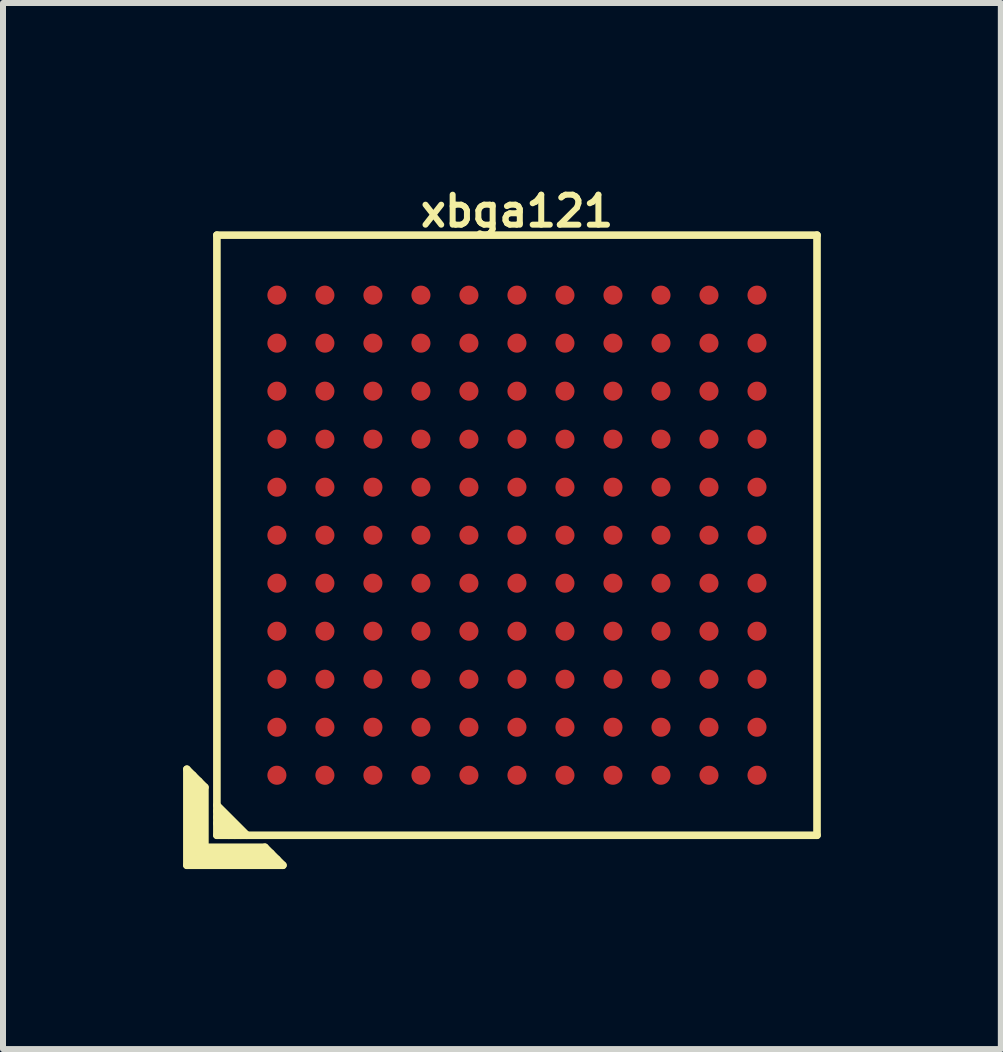
<source format=kicad_pcb>
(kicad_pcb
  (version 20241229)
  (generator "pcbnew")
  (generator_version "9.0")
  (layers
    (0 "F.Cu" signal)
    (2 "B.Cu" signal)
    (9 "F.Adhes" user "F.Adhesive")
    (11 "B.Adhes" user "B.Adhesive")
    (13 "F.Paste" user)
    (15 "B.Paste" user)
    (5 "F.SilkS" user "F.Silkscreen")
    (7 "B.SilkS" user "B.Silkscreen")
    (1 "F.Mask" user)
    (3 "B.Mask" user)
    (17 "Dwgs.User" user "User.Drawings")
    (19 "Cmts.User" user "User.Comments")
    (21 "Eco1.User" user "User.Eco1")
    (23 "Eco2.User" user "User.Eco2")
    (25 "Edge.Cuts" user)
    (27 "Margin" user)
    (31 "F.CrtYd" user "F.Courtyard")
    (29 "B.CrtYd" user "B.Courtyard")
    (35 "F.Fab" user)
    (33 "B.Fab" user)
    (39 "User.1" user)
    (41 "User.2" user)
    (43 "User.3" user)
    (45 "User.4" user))
  (footprint "xbga121"
    (layer "F.Cu")
    (at 5.564 5.868)
    (property "Reference" "xbga121" (at 0 -5.4 0) (layer "F.SilkS") (effects (font (size 0.5 0.5) (thickness 0.1))))
    (attr through_hole)
    (fp_line (start -5.5 3.9) (end -5.2 4.2) (stroke (width 0.127) (type solid)) (layer "F.SilkS"))
    (fp_line (start -5.5 5.5) (end -5.5 3.9) (stroke (width 0.127) (type solid)) (layer "F.SilkS"))
    (fp_line (start -5.4 5.4) (end -5.4 4) (stroke (width 0.127) (type solid)) (layer "F.SilkS"))
    (fp_line (start -5.3 4.1) (end -5.3 5.3) (stroke (width 0.127) (type solid)) (layer "F.SilkS"))
    (fp_line (start -5.3 5.3) (end -4.1 5.3) (stroke (width 0.127) (type solid)) (layer "F.SilkS"))
    (fp_line (start -5.2 4.2) (end -5.2 5.2) (stroke (width 0.127) (type solid)) (layer "F.SilkS"))
    (fp_line (start -5.2 5.2) (end -4.2 5.2) (stroke (width 0.127) (type solid)) (layer "F.SilkS"))
    (fp_line (start -5 -5) (end -5 5) (stroke (width 0.127) (type solid)) (layer "F.SilkS"))
    (fp_line (start -5 4.7) (end -4.7 5) (stroke (width 0.127) (type solid)) (layer "F.SilkS"))
    (fp_line (start -5 5) (end 5 5) (stroke (width 0.127) (type solid)) (layer "F.SilkS"))
    (fp_line (start -4.8 5) (end -5 4.8) (stroke (width 0.127) (type solid)) (layer "F.SilkS"))
    (fp_line (start -4.6 5) (end -5 4.6) (stroke (width 0.127) (type solid)) (layer "F.SilkS"))
    (fp_line (start -4.5 5) (end -5 4.5) (stroke (width 0.127) (type solid)) (layer "F.SilkS"))
    (fp_line (start -4.2 5.2) (end -3.9 5.5) (stroke (width 0.127) (type solid)) (layer "F.SilkS"))
    (fp_line (start -4 5.4) (end -5.4 5.4) (stroke (width 0.127) (type solid)) (layer "F.SilkS"))
    (fp_line (start -3.9 5.5) (end -5.5 5.5) (stroke (width 0.127) (type solid)) (layer "F.SilkS"))
    (fp_line (start 5 -5) (end -5 -5) (stroke (width 0.127) (type solid)) (layer "F.SilkS"))
    (fp_line (start 5 5) (end 5 -5) (stroke (width 0.127) (type solid)) (layer "F.SilkS"))
    (pad "A1" smd circle (at -4 4) (size 0.318 0.318) (layers "F.Cu" "F.Mask" "F.Paste"))
    (pad "A2" smd circle (at -3.2 4) (size 0.318 0.318) (layers "F.Cu" "F.Mask" "F.Paste"))
    (pad "A3" smd circle (at -2.4 4) (size 0.318 0.318) (layers "F.Cu" "F.Mask" "F.Paste"))
    (pad "A4" smd circle (at -1.6 4) (size 0.318 0.318) (layers "F.Cu" "F.Mask" "F.Paste"))
    (pad "A5" smd circle (at -0.8 4) (size 0.318 0.318) (layers "F.Cu" "F.Mask" "F.Paste"))
    (pad "A6" smd circle (at 0 4) (size 0.318 0.318) (layers "F.Cu" "F.Mask" "F.Paste"))
    (pad "A7" smd circle (at 0.8 4) (size 0.318 0.318) (layers "F.Cu" "F.Mask" "F.Paste"))
    (pad "A8" smd circle (at 1.6 4) (size 0.318 0.318) (layers "F.Cu" "F.Mask" "F.Paste"))
    (pad "A9" smd circle (at 2.4 4) (size 0.318 0.318) (layers "F.Cu" "F.Mask" "F.Paste"))
    (pad "A10" smd circle (at 3.2 4) (size 0.318 0.318) (layers "F.Cu" "F.Mask" "F.Paste"))
    (pad "A11" smd circle (at 4 4) (size 0.318 0.318) (layers "F.Cu" "F.Mask" "F.Paste"))
    (pad "B1" smd circle (at -4 3.2) (size 0.318 0.318) (layers "F.Cu" "F.Mask" "F.Paste"))
    (pad "B2" smd circle (at -3.2 3.2) (size 0.318 0.318) (layers "F.Cu" "F.Mask" "F.Paste"))
    (pad "B3" smd circle (at -2.4 3.2) (size 0.318 0.318) (layers "F.Cu" "F.Mask" "F.Paste"))
    (pad "B4" smd circle (at -1.6 3.2) (size 0.318 0.318) (layers "F.Cu" "F.Mask" "F.Paste"))
    (pad "B5" smd circle (at -0.8 3.2) (size 0.318 0.318) (layers "F.Cu" "F.Mask" "F.Paste"))
    (pad "B6" smd circle (at 0 3.2) (size 0.318 0.318) (layers "F.Cu" "F.Mask" "F.Paste"))
    (pad "B7" smd circle (at 0.8 3.2) (size 0.318 0.318) (layers "F.Cu" "F.Mask" "F.Paste"))
    (pad "B8" smd circle (at 1.6 3.2) (size 0.318 0.318) (layers "F.Cu" "F.Mask" "F.Paste"))
    (pad "B9" smd circle (at 2.4 3.2) (size 0.318 0.318) (layers "F.Cu" "F.Mask" "F.Paste"))
    (pad "B10" smd circle (at 3.2 3.2) (size 0.318 0.318) (layers "F.Cu" "F.Mask" "F.Paste"))
    (pad "B11" smd circle (at 4 3.2) (size 0.318 0.318) (layers "F.Cu" "F.Mask" "F.Paste"))
    (pad "C1" smd circle (at -4 2.4) (size 0.318 0.318) (layers "F.Cu" "F.Mask" "F.Paste"))
    (pad "C2" smd circle (at -3.2 2.4) (size 0.318 0.318) (layers "F.Cu" "F.Mask" "F.Paste"))
    (pad "C3" smd circle (at -2.4 2.4) (size 0.318 0.318) (layers "F.Cu" "F.Mask" "F.Paste"))
    (pad "C4" smd circle (at -1.6 2.4) (size 0.318 0.318) (layers "F.Cu" "F.Mask" "F.Paste"))
    (pad "C5" smd circle (at -0.8 2.4) (size 0.318 0.318) (layers "F.Cu" "F.Mask" "F.Paste"))
    (pad "C6" smd circle (at 0 2.4) (size 0.318 0.318) (layers "F.Cu" "F.Mask" "F.Paste"))
    (pad "C7" smd circle (at 0.8 2.4) (size 0.318 0.318) (layers "F.Cu" "F.Mask" "F.Paste"))
    (pad "C8" smd circle (at 1.6 2.4) (size 0.318 0.318) (layers "F.Cu" "F.Mask" "F.Paste"))
    (pad "C9" smd circle (at 2.4 2.4) (size 0.318 0.318) (layers "F.Cu" "F.Mask" "F.Paste"))
    (pad "C10" smd circle (at 3.2 2.4) (size 0.318 0.318) (layers "F.Cu" "F.Mask" "F.Paste"))
    (pad "C11" smd circle (at 4 2.4) (size 0.318 0.318) (layers "F.Cu" "F.Mask" "F.Paste"))
    (pad "D1" smd circle (at -4 1.6) (size 0.318 0.318) (layers "F.Cu" "F.Mask" "F.Paste"))
    (pad "D2" smd circle (at -3.2 1.6) (size 0.318 0.318) (layers "F.Cu" "F.Mask" "F.Paste"))
    (pad "D3" smd circle (at -2.4 1.6) (size 0.318 0.318) (layers "F.Cu" "F.Mask" "F.Paste"))
    (pad "D4" smd circle (at -1.6 1.6) (size 0.318 0.318) (layers "F.Cu" "F.Mask" "F.Paste"))
    (pad "D5" smd circle (at -0.8 1.6) (size 0.318 0.318) (layers "F.Cu" "F.Mask" "F.Paste"))
    (pad "D6" smd circle (at 0 1.6) (size 0.318 0.318) (layers "F.Cu" "F.Mask" "F.Paste"))
    (pad "D7" smd circle (at 0.8 1.6) (size 0.318 0.318) (layers "F.Cu" "F.Mask" "F.Paste"))
    (pad "D8" smd circle (at 1.6 1.6) (size 0.318 0.318) (layers "F.Cu" "F.Mask" "F.Paste"))
    (pad "D9" smd circle (at 2.4 1.6) (size 0.318 0.318) (layers "F.Cu" "F.Mask" "F.Paste"))
    (pad "D10" smd circle (at 3.2 1.6) (size 0.318 0.318) (layers "F.Cu" "F.Mask" "F.Paste"))
    (pad "D11" smd circle (at 4 1.6) (size 0.318 0.318) (layers "F.Cu" "F.Mask" "F.Paste"))
    (pad "E1" smd circle (at -4 0.8) (size 0.318 0.318) (layers "F.Cu" "F.Mask" "F.Paste"))
    (pad "E2" smd circle (at -3.2 0.8) (size 0.318 0.318) (layers "F.Cu" "F.Mask" "F.Paste"))
    (pad "E3" smd circle (at -2.4 0.8) (size 0.318 0.318) (layers "F.Cu" "F.Mask" "F.Paste"))
    (pad "E4" smd circle (at -1.6 0.8) (size 0.318 0.318) (layers "F.Cu" "F.Mask" "F.Paste"))
    (pad "E5" smd circle (at -0.8 0.8) (size 0.318 0.318) (layers "F.Cu" "F.Mask" "F.Paste"))
    (pad "E6" smd circle (at 0 0.8) (size 0.318 0.318) (layers "F.Cu" "F.Mask" "F.Paste"))
    (pad "E7" smd circle (at 0.8 0.8) (size 0.318 0.318) (layers "F.Cu" "F.Mask" "F.Paste"))
    (pad "E8" smd circle (at 1.6 0.8) (size 0.318 0.318) (layers "F.Cu" "F.Mask" "F.Paste"))
    (pad "E9" smd circle (at 2.4 0.8) (size 0.318 0.318) (layers "F.Cu" "F.Mask" "F.Paste"))
    (pad "E10" smd circle (at 3.2 0.8) (size 0.318 0.318) (layers "F.Cu" "F.Mask" "F.Paste"))
    (pad "E11" smd circle (at 4 0.8) (size 0.318 0.318) (layers "F.Cu" "F.Mask" "F.Paste"))
    (pad "F1" smd circle (at -4 0) (size 0.318 0.318) (layers "F.Cu" "F.Mask" "F.Paste"))
    (pad "F2" smd circle (at -3.2 0) (size 0.318 0.318) (layers "F.Cu" "F.Mask" "F.Paste"))
    (pad "F3" smd circle (at -2.4 0) (size 0.318 0.318) (layers "F.Cu" "F.Mask" "F.Paste"))
    (pad "F4" smd circle (at -1.6 0) (size 0.318 0.318) (layers "F.Cu" "F.Mask" "F.Paste"))
    (pad "F5" smd circle (at -0.8 0) (size 0.318 0.318) (layers "F.Cu" "F.Mask" "F.Paste"))
    (pad "F6" smd circle (at 0 0) (size 0.318 0.318) (layers "F.Cu" "F.Mask" "F.Paste"))
    (pad "F7" smd circle (at 0.8 0) (size 0.318 0.318) (layers "F.Cu" "F.Mask" "F.Paste"))
    (pad "F8" smd circle (at 1.6 0) (size 0.318 0.318) (layers "F.Cu" "F.Mask" "F.Paste"))
    (pad "F9" smd circle (at 2.4 0) (size 0.318 0.318) (layers "F.Cu" "F.Mask" "F.Paste"))
    (pad "F10" smd circle (at 3.2 0) (size 0.318 0.318) (layers "F.Cu" "F.Mask" "F.Paste"))
    (pad "F11" smd circle (at 4 0) (size 0.318 0.318) (layers "F.Cu" "F.Mask" "F.Paste"))
    (pad "G1" smd circle (at -4 -0.8) (size 0.318 0.318) (layers "F.Cu" "F.Mask" "F.Paste"))
    (pad "G2" smd circle (at -3.2 -0.8) (size 0.318 0.318) (layers "F.Cu" "F.Mask" "F.Paste"))
    (pad "G3" smd circle (at -2.4 -0.8) (size 0.318 0.318) (layers "F.Cu" "F.Mask" "F.Paste"))
    (pad "G4" smd circle (at -1.6 -0.8) (size 0.318 0.318) (layers "F.Cu" "F.Mask" "F.Paste"))
    (pad "G5" smd circle (at -0.8 -0.8) (size 0.318 0.318) (layers "F.Cu" "F.Mask" "F.Paste"))
    (pad "G6" smd circle (at 0 -0.8) (size 0.318 0.318) (layers "F.Cu" "F.Mask" "F.Paste"))
    (pad "G7" smd circle (at 0.8 -0.8) (size 0.318 0.318) (layers "F.Cu" "F.Mask" "F.Paste"))
    (pad "G8" smd circle (at 1.6 -0.8) (size 0.318 0.318) (layers "F.Cu" "F.Mask" "F.Paste"))
    (pad "G9" smd circle (at 2.4 -0.8) (size 0.318 0.318) (layers "F.Cu" "F.Mask" "F.Paste"))
    (pad "G10" smd circle (at 3.2 -0.8) (size 0.318 0.318) (layers "F.Cu" "F.Mask" "F.Paste"))
    (pad "G11" smd circle (at 4 -0.8) (size 0.318 0.318) (layers "F.Cu" "F.Mask" "F.Paste"))
    (pad "H1" smd circle (at -4 -1.6) (size 0.318 0.318) (layers "F.Cu" "F.Mask" "F.Paste"))
    (pad "H2" smd circle (at -3.2 -1.6) (size 0.318 0.318) (layers "F.Cu" "F.Mask" "F.Paste"))
    (pad "H3" smd circle (at -2.4 -1.6) (size 0.318 0.318) (layers "F.Cu" "F.Mask" "F.Paste"))
    (pad "H4" smd circle (at -1.6 -1.6) (size 0.318 0.318) (layers "F.Cu" "F.Mask" "F.Paste"))
    (pad "H5" smd circle (at -0.8 -1.6) (size 0.318 0.318) (layers "F.Cu" "F.Mask" "F.Paste"))
    (pad "H6" smd circle (at 0 -1.6) (size 0.318 0.318) (layers "F.Cu" "F.Mask" "F.Paste"))
    (pad "H7" smd circle (at 0.8 -1.6) (size 0.318 0.318) (layers "F.Cu" "F.Mask" "F.Paste"))
    (pad "H8" smd circle (at 1.6 -1.6) (size 0.318 0.318) (layers "F.Cu" "F.Mask" "F.Paste"))
    (pad "H9" smd circle (at 2.4 -1.6) (size 0.318 0.318) (layers "F.Cu" "F.Mask" "F.Paste"))
    (pad "H10" smd circle (at 3.2 -1.6) (size 0.318 0.318) (layers "F.Cu" "F.Mask" "F.Paste"))
    (pad "H11" smd circle (at 4 -1.6) (size 0.318 0.318) (layers "F.Cu" "F.Mask" "F.Paste"))
    (pad "J1" smd circle (at -4 -2.4) (size 0.318 0.318) (layers "F.Cu" "F.Mask" "F.Paste"))
    (pad "J2" smd circle (at -3.2 -2.4) (size 0.318 0.318) (layers "F.Cu" "F.Mask" "F.Paste"))
    (pad "J3" smd circle (at -2.4 -2.4) (size 0.318 0.318) (layers "F.Cu" "F.Mask" "F.Paste"))
    (pad "J4" smd circle (at -1.6 -2.4) (size 0.318 0.318) (layers "F.Cu" "F.Mask" "F.Paste"))
    (pad "J5" smd circle (at -0.8 -2.4) (size 0.318 0.318) (layers "F.Cu" "F.Mask" "F.Paste"))
    (pad "J6" smd circle (at 0 -2.4) (size 0.318 0.318) (layers "F.Cu" "F.Mask" "F.Paste"))
    (pad "J7" smd circle (at 0.8 -2.4) (size 0.318 0.318) (layers "F.Cu" "F.Mask" "F.Paste"))
    (pad "J8" smd circle (at 1.6 -2.4) (size 0.318 0.318) (layers "F.Cu" "F.Mask" "F.Paste"))
    (pad "J9" smd circle (at 2.4 -2.4) (size 0.318 0.318) (layers "F.Cu" "F.Mask" "F.Paste"))
    (pad "J10" smd circle (at 3.2 -2.4) (size 0.318 0.318) (layers "F.Cu" "F.Mask" "F.Paste"))
    (pad "J11" smd circle (at 4 -2.4) (size 0.318 0.318) (layers "F.Cu" "F.Mask" "F.Paste"))
    (pad "K1" smd circle (at -4 -3.2) (size 0.318 0.318) (layers "F.Cu" "F.Mask" "F.Paste"))
    (pad "K2" smd circle (at -3.2 -3.2) (size 0.318 0.318) (layers "F.Cu" "F.Mask" "F.Paste"))
    (pad "K3" smd circle (at -2.4 -3.2) (size 0.318 0.318) (layers "F.Cu" "F.Mask" "F.Paste"))
    (pad "K4" smd circle (at -1.6 -3.2) (size 0.318 0.318) (layers "F.Cu" "F.Mask" "F.Paste"))
    (pad "K5" smd circle (at -0.8 -3.2) (size 0.318 0.318) (layers "F.Cu" "F.Mask" "F.Paste"))
    (pad "K6" smd circle (at 0 -3.2) (size 0.318 0.318) (layers "F.Cu" "F.Mask" "F.Paste"))
    (pad "K7" smd circle (at 0.8 -3.2) (size 0.318 0.318) (layers "F.Cu" "F.Mask" "F.Paste"))
    (pad "K8" smd circle (at 1.6 -3.2) (size 0.318 0.318) (layers "F.Cu" "F.Mask" "F.Paste"))
    (pad "K9" smd circle (at 2.4 -3.2) (size 0.318 0.318) (layers "F.Cu" "F.Mask" "F.Paste"))
    (pad "K10" smd circle (at 3.2 -3.2) (size 0.318 0.318) (layers "F.Cu" "F.Mask" "F.Paste"))
    (pad "K11" smd circle (at 4 -3.2) (size 0.318 0.318) (layers "F.Cu" "F.Mask" "F.Paste"))
    (pad "L1" smd circle (at -4 -4) (size 0.318 0.318) (layers "F.Cu" "F.Mask" "F.Paste"))
    (pad "L2" smd circle (at -3.2 -4) (size 0.318 0.318) (layers "F.Cu" "F.Mask" "F.Paste"))
    (pad "L3" smd circle (at -2.4 -4) (size 0.318 0.318) (layers "F.Cu" "F.Mask" "F.Paste"))
    (pad "L4" smd circle (at -1.6 -4) (size 0.318 0.318) (layers "F.Cu" "F.Mask" "F.Paste"))
    (pad "L5" smd circle (at -0.8 -4) (size 0.318 0.318) (layers "F.Cu" "F.Mask" "F.Paste"))
    (pad "L6" smd circle (at 0 -4) (size 0.318 0.318) (layers "F.Cu" "F.Mask" "F.Paste"))
    (pad "L7" smd circle (at 0.8 -4) (size 0.318 0.318) (layers "F.Cu" "F.Mask" "F.Paste"))
    (pad "L8" smd circle (at 1.6 -4) (size 0.318 0.318) (layers "F.Cu" "F.Mask" "F.Paste"))
    (pad "L9" smd circle (at 2.4 -4) (size 0.318 0.318) (layers "F.Cu" "F.Mask" "F.Paste"))
    (pad "L10" smd circle (at 3.2 -4) (size 0.318 0.318) (layers "F.Cu" "F.Mask" "F.Paste"))
    (pad "L11" smd circle (at 4 -4) (size 0.318 0.318) (layers "F.Cu" "F.Mask" "F.Paste")))
  (gr_rect
    (start -3 -3)
    (end 13.627 14.431)
    (stroke (width 0.1) (type default))
    (fill no)
    (layer "Edge.Cuts")))
</source>
